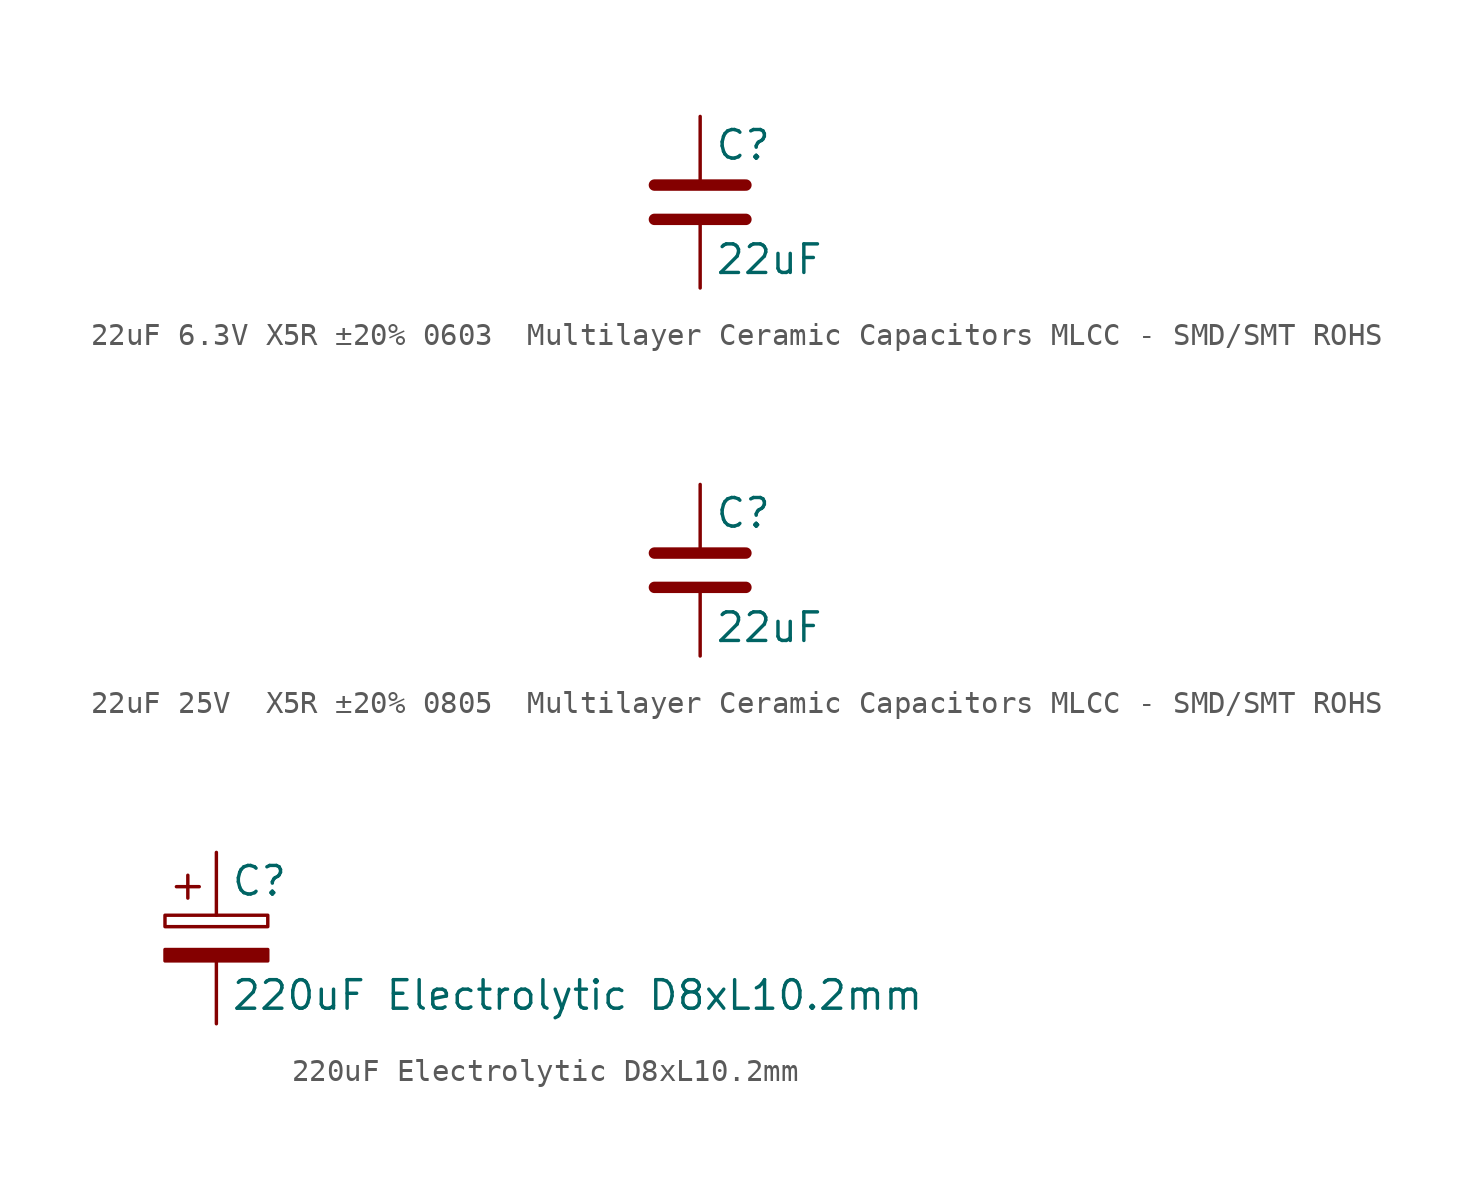
<source format=kicad_sym>
(kicad_symbol_lib
  (version 20231120)
  (generator "kicad_symbol_editor")
  (generator_version "8.0")
  (symbol "22uF 6.3V X5R ±20% 0603  Multilayer Ceramic Capacitors MLCC - SMD/SMT ROHS"
    (pin_numbers hide)
    (pin_names
      (offset 0.254))
    (property "Reference" "C"
      (at 0.635 2.54 0)
      (effects (font (size 1.27 1.27)) (justify left)))
    (property "Value" "22uF"
      (at 0.635 -2.54 0)
      (effects (font (size 1.27 1.27)) (justify left)))
    (symbol "22uF 6.3V X5R ±20% 0603  Multilayer Ceramic Capacitors MLCC - SMD/SMT ROHS_0_1"
      (polyline (pts (xy -2.032 -0.762) (xy 2.032 -0.762)) (stroke (width 0.508) (type default)) (fill (type none)))
      (polyline (pts (xy -2.032 0.762) (xy 2.032 0.762)) (stroke (width 0.508) (type default)) (fill (type none))))
    (symbol "22uF 6.3V X5R ±20% 0603  Multilayer Ceramic Capacitors MLCC - SMD/SMT ROHS_1_1"
      (pin passive line (at 0 3.81 270) (length 2.794) (name "~" (effects (font (size 1.27 1.27)))) (number "1" (effects (font (size 1.27 1.27)))))
      (pin passive line (at 0 -3.81 90) (length 2.794) (name "~" (effects (font (size 1.27 1.27)))) (number "2" (effects (font (size 1.27 1.27)))))))
  (symbol "22uF 25V  X5R ±20% 0805  Multilayer Ceramic Capacitors MLCC - SMD/SMT ROHS"
    (pin_numbers hide)
    (pin_names
      (offset 0.254))
    (property "Reference" "C"
      (at 0.635 2.54 0)
      (effects (font (size 1.27 1.27)) (justify left)))
    (property "Value" "22uF"
      (at 0.635 -2.54 0)
      (effects (font (size 1.27 1.27)) (justify left)))
    (symbol "22uF 25V  X5R ±20% 0805  Multilayer Ceramic Capacitors MLCC - SMD/SMT ROHS_0_1"
      (polyline (pts (xy -2.032 -0.762) (xy 2.032 -0.762)) (stroke (width 0.508) (type default)) (fill (type none)))
      (polyline (pts (xy -2.032 0.762) (xy 2.032 0.762)) (stroke (width 0.508) (type default)) (fill (type none))))
    (symbol "22uF 25V  X5R ±20% 0805  Multilayer Ceramic Capacitors MLCC - SMD/SMT ROHS_1_1"
      (pin passive line (at 0 3.81 270) (length 2.794) (name "~" (effects (font (size 1.27 1.27)))) (number "1" (effects (font (size 1.27 1.27)))))
      (pin passive line (at 0 -3.81 90) (length 2.794) (name "~" (effects (font (size 1.27 1.27)))) (number "2" (effects (font (size 1.27 1.27)))))))
  (symbol "220uF Electrolytic D8xL10.2mm"
    (pin_numbers hide)
    (pin_names
      (offset 0.254))
    (property "Reference" "C"
      (at 0.635 2.54 0)
      (effects (font (size 1.27 1.27)) (justify left)))
    (property "Value" "220uF Electrolytic D8xL10.2mm"
      (at 0.635 -2.54 0)
      (effects (font (size 1.27 1.27)) (justify left)))
    (symbol "220uF Electrolytic D8xL10.2mm_0_1"
      (rectangle (start -2.286 0.508) (end 2.286 1.016) (stroke (width 0) (type default)) (fill (type none)))
      (polyline (pts (xy -1.778 2.286) (xy -0.762 2.286)) (stroke (width 0) (type default)) (fill (type none)))
      (polyline (pts (xy -1.27 2.794) (xy -1.27 1.778)) (stroke (width 0) (type default)) (fill (type none)))
      (rectangle (start 2.286 -0.508) (end -2.286 -1.016) (stroke (width 0) (type default)) (fill (type outline))))
    (symbol "220uF Electrolytic D8xL10.2mm_1_1"
      (pin passive line (at 0 3.81 270) (length 2.794) (name "~" (effects (font (size 1.27 1.27)))) (number "1" (effects (font (size 1.27 1.27)))))
      (pin passive line (at 0 -3.81 90) (length 2.794) (name "~" (effects (font (size 1.27 1.27)))) (number "2" (effects (font (size 1.27 1.27))))))))
</source>
